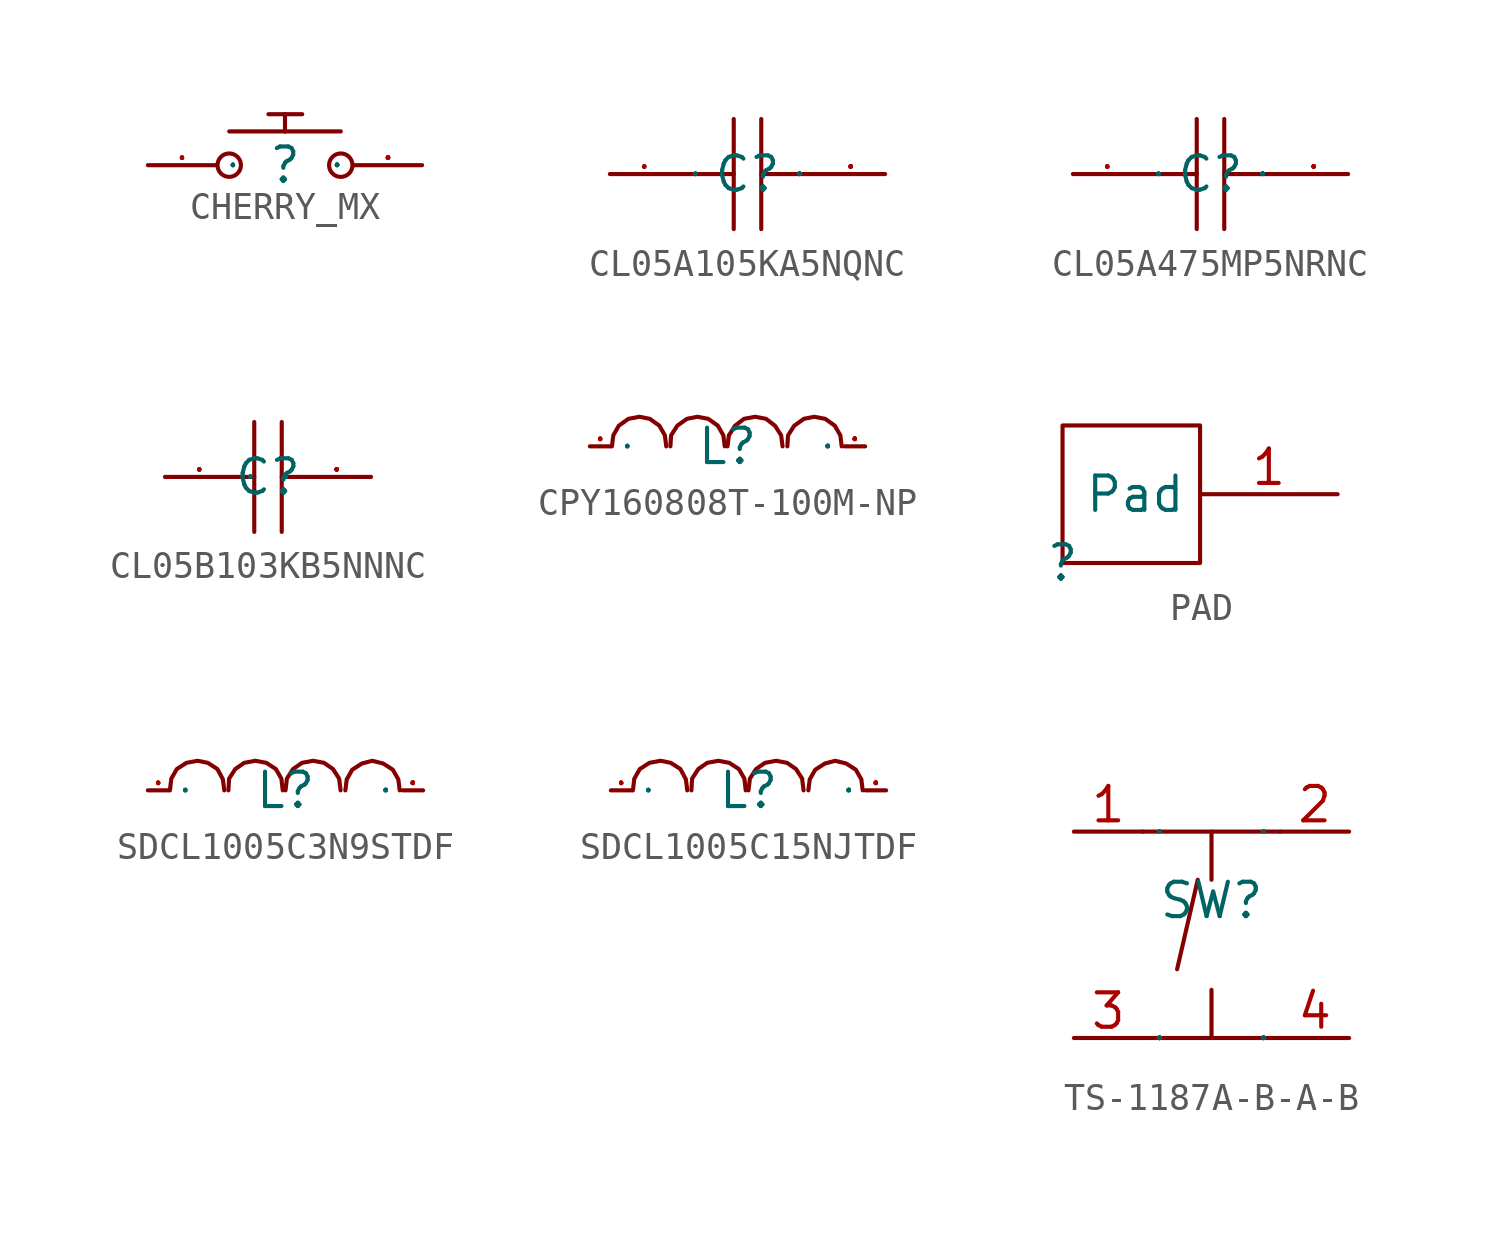
<source format=kicad_sym>
(kicad_symbol_lib
  (version 20241209)
  (generator "kicad_symbol_editor")
  (generator_version "9.0")
  (symbol "CHERRY_MX"
    (property "Reference" ""
      (at 0 0 0)
      (effects (font (size 1.27 1.27))))
    (property "Value" ""
      (at 0 0 0)
      (effects (font (size 1.27 1.27))))
    (symbol "CHERRY_MX_1_0"
      (polyline (pts (xy -2.057 1.245) (xy 0 1.245)) (stroke (width 0) (type default)) (fill (type none)))
      (circle (center -2.057 0) (radius 0.432) (stroke (width 0) (type default)) (fill (type none)))
      (polyline (pts (xy 0 1.88) (xy -0.61 1.88)) (stroke (width 0) (type default)) (fill (type none)))
      (polyline (pts (xy 0 1.88) (xy 0.635 1.88)) (stroke (width 0) (type default)) (fill (type none)))
      (polyline (pts (xy 0 1.245) (xy 0 1.88)) (stroke (width 0) (type default)) (fill (type none)))
      (polyline (pts (xy 0 1.245) (xy 2.057 1.245)) (stroke (width 0) (type default)) (fill (type none)))
      (circle (center 2.057 0) (radius 0.432) (stroke (width 0) (type default)) (fill (type none)))
      (pin unspecified line (at -5.055 0 0) (length 2.515) (name "1" (effects (font (size 0.025 0.025)))) (number "1" (effects (font (size 0.025 0.025)))))
      (pin unspecified line (at 5.055 0 180) (length 2.515) (name "2" (effects (font (size 0.025 0.025)))) (number "2" (effects (font (size 0.025 0.025)))))))
  (symbol "CL05A105KA5NQNC"
    (property "Reference" "C"
      (at 0 0 0)
      (effects (font (size 1.27 1.27))))
    (symbol "CL05A105KA5NQNC_1_0"
      (polyline (pts (xy -0.508 0) (xy -2.54 0)) (stroke (width 0) (type default)) (fill (type none)))
      (polyline (pts (xy -0.508 -2.032) (xy -0.508 2.032)) (stroke (width 0) (type default)) (fill (type none)))
      (polyline (pts (xy 0.508 2.032) (xy 0.508 -2.032)) (stroke (width 0) (type default)) (fill (type none)))
      (polyline (pts (xy 2.54 0) (xy 0.508 0)) (stroke (width 0) (type default)) (fill (type none)))
      (pin unspecified line (at -5.08 0 0) (length 2.54) (name "1" (effects (font (size 0.025 0.025)))) (number "1" (effects (font (size 0.025 0.025)))))
      (pin unspecified line (at 5.08 0 180) (length 2.54) (name "2" (effects (font (size 0.025 0.025)))) (number "2" (effects (font (size 0.025 0.025)))))))
  (symbol "CL05A475MP5NRNC"
    (property "Reference" "C"
      (at 0 0 0)
      (effects (font (size 1.27 1.27))))
    (symbol "CL05A475MP5NRNC_1_0"
      (polyline (pts (xy -0.508 0) (xy -2.54 0)) (stroke (width 0) (type default)) (fill (type none)))
      (polyline (pts (xy -0.508 -2.032) (xy -0.508 2.032)) (stroke (width 0) (type default)) (fill (type none)))
      (polyline (pts (xy 0.508 2.032) (xy 0.508 -2.032)) (stroke (width 0) (type default)) (fill (type none)))
      (polyline (pts (xy 2.54 0) (xy 0.508 0)) (stroke (width 0) (type default)) (fill (type none)))
      (pin unspecified line (at -5.08 0 0) (length 2.54) (name "1" (effects (font (size 0.025 0.025)))) (number "1" (effects (font (size 0.025 0.025)))))
      (pin unspecified line (at 5.08 0 180) (length 2.54) (name "2" (effects (font (size 0.025 0.025)))) (number "2" (effects (font (size 0.025 0.025)))))))
  (symbol "CL05B103KB5NNNC"
    (property "Reference" "C"
      (at 0 0 0)
      (effects (font (size 1.27 1.27))))
    (symbol "CL05B103KB5NNNC_1_0"
      (polyline (pts (xy -1.27 0) (xy -0.508 0)) (stroke (width 0) (type default)) (fill (type none)))
      (polyline (pts (xy -0.508 2.032) (xy -0.508 -2.032)) (stroke (width 0) (type default)) (fill (type none)))
      (polyline (pts (xy 0.508 2.032) (xy 0.508 -2.032)) (stroke (width 0) (type default)) (fill (type none)))
      (polyline (pts (xy 0.508 0) (xy 1.27 0)) (stroke (width 0) (type default)) (fill (type none)))
      (pin input line (at -3.81 0 0) (length 2.54) (name "1" (effects (font (size 0.025 0.025)))) (number "1" (effects (font (size 0.025 0.025)))))
      (pin input line (at 3.81 0 180) (length 2.54) (name "2" (effects (font (size 0.025 0.025)))) (number "2" (effects (font (size 0.025 0.025)))))))
  (symbol "CPY160808T-100M-NP"
    (property "Reference" "L"
      (at 0 0 0)
      (effects (font (size 1.27 1.27))))
    (symbol "CPY160808T-100M-NP_1_0"
      (polyline (pts (xy -4.267 0) (xy -4.216 0.406) (xy -4.216 0.406) (xy -4.013 0.762) (xy -4.013 0.762) (xy -3.658 1.016) (xy -3.658 1.016) (xy -3.251 1.092) (xy -3.251 1.092) (xy -2.87 1.016) (xy -2.87 1.016) (xy -2.515 0.762) (xy -2.515 0.762) (xy -2.311 0.406) (xy -2.311 0.406) (xy -2.261 0)) (stroke (width 0) (type default)) (fill (type none)))
      (polyline (pts (xy -2.108 0) (xy -2.083 0.406) (xy -2.083 0.406) (xy -1.854 0.762) (xy -1.854 0.762) (xy -1.499 1.016) (xy -1.499 1.016) (xy -1.118 1.092) (xy -1.118 1.092) (xy -0.711 1.016) (xy -0.711 1.016) (xy -0.356 0.762) (xy -0.356 0.762) (xy -0.152 0.406) (xy -0.152 0.406) (xy -0.102 0)) (stroke (width 0) (type default)) (fill (type none)))
      (polyline (pts (xy 0 0) (xy 0.051 0.406) (xy 0.051 0.406) (xy 0.279 0.762) (xy 0.279 0.762) (xy 0.61 1.016) (xy 0.61 1.016) (xy 1.016 1.092) (xy 1.016 1.092) (xy 1.422 1.016) (xy 1.422 1.016) (xy 1.753 0.762) (xy 1.753 0.762) (xy 1.981 0.406) (xy 1.981 0.406) (xy 2.032 0)) (stroke (width 0) (type default)) (fill (type none)))
      (polyline (pts (xy 2.21 0) (xy 2.235 0.406) (xy 2.235 0.406) (xy 2.464 0.762) (xy 2.464 0.762) (xy 2.819 1.016) (xy 2.819 1.016) (xy 3.2 1.092) (xy 3.2 1.092) (xy 3.607 1.016) (xy 3.607 1.016) (xy 3.962 0.762) (xy 3.962 0.762) (xy 4.166 0.406) (xy 4.166 0.406) (xy 4.216 0)) (stroke (width 0) (type default)) (fill (type none)))
      (pin unspecified line (at -5.08 0 0) (length 0.762) (name "1" (effects (font (size 0.025 0.025)))) (number "1" (effects (font (size 0.025 0.025)))))
      (pin unspecified line (at 5.08 0 180) (length 0.762) (name "2" (effects (font (size 0.025 0.025)))) (number "2" (effects (font (size 0.025 0.025)))))))
  (symbol "PAD"
    (property "Reference" ""
      (at 0 0 0)
      (effects (font (size 1.27 1.27))))
    (property "Value" ""
      (at 0 0 0)
      (effects (font (size 1.27 1.27))))
    (symbol "PAD_1_0"
      (rectangle (start 0 0) (end 5.08 5.08) (stroke (width 0) (type default)) (fill (type none)))
      (pin input line (at 10.16 2.54 180) (length 5.08) (name "Pad" (effects (font (size 1.27 1.27)))) (number "1" (effects (font (size 1.27 1.27)))))))
  (symbol "SDCL1005C3N9STDF"
    (property "Reference" "L"
      (at 0 0 0)
      (effects (font (size 1.27 1.27))))
    (symbol "SDCL1005C3N9STDF_1_0"
      (polyline (pts (xy -4.267 0) (xy -4.216 0.432) (xy -4.216 0.432) (xy -4.013 0.787) (xy -4.013 0.787) (xy -3.658 1.016) (xy -3.658 1.016) (xy -3.251 1.092) (xy -3.251 1.092) (xy -2.87 1.016) (xy -2.87 1.016) (xy -2.515 0.787) (xy -2.515 0.787) (xy -2.311 0.406) (xy -2.311 0.406) (xy -2.261 0)) (stroke (width 0) (type default)) (fill (type none)))
      (polyline (pts (xy -2.108 0) (xy -2.083 0.432) (xy -2.083 0.432) (xy -1.854 0.787) (xy -1.854 0.787) (xy -1.524 1.016) (xy -1.524 1.016) (xy -1.118 1.092) (xy -1.118 1.092) (xy -0.711 1.016) (xy -0.711 1.016) (xy -0.356 0.787) (xy -0.356 0.787) (xy -0.152 0.432) (xy -0.152 0.432) (xy -0.102 0)) (stroke (width 0) (type default)) (fill (type none)))
      (polyline (pts (xy 0 0) (xy 0.051 0.432) (xy 0.051 0.432) (xy 0.279 0.787) (xy 0.279 0.787) (xy 0.61 1.016) (xy 0.61 1.016) (xy 1.016 1.092) (xy 1.016 1.092) (xy 1.422 1.016) (xy 1.422 1.016) (xy 1.753 0.787) (xy 1.753 0.787) (xy 1.981 0.432) (xy 1.981 0.432) (xy 2.032 0)) (stroke (width 0) (type default)) (fill (type none)))
      (polyline (pts (xy 2.21 0) (xy 2.261 0.406) (xy 2.261 0.406) (xy 2.464 0.762) (xy 2.464 0.762) (xy 2.819 0.991) (xy 2.819 0.991) (xy 3.2 1.092) (xy 3.2 1.092) (xy 3.607 0.991) (xy 3.607 0.991) (xy 3.962 0.762) (xy 3.962 0.762) (xy 4.166 0.406) (xy 4.166 0.406) (xy 4.216 0)) (stroke (width 0) (type default)) (fill (type none)))
      (pin unspecified line (at -5.08 0 0) (length 0.762) (name "1" (effects (font (size 0.025 0.025)))) (number "1" (effects (font (size 0.025 0.025)))))
      (pin unspecified line (at 5.08 0 180) (length 0.762) (name "2" (effects (font (size 0.025 0.025)))) (number "2" (effects (font (size 0.025 0.025)))))))
  (symbol "SDCL1005C15NJTDF"
    (property "Reference" "L"
      (at 0 0 0)
      (effects (font (size 1.27 1.27))))
    (symbol "SDCL1005C15NJTDF_1_0"
      (polyline (pts (xy -4.267 0) (xy -4.216 0.432) (xy -4.216 0.432) (xy -4.013 0.787) (xy -4.013 0.787) (xy -3.658 1.016) (xy -3.658 1.016) (xy -3.251 1.092) (xy -3.251 1.092) (xy -2.87 1.016) (xy -2.87 1.016) (xy -2.515 0.787) (xy -2.515 0.787) (xy -2.311 0.406) (xy -2.311 0.406) (xy -2.261 0)) (stroke (width 0) (type default)) (fill (type none)))
      (polyline (pts (xy -2.108 0) (xy -2.083 0.432) (xy -2.083 0.432) (xy -1.854 0.787) (xy -1.854 0.787) (xy -1.524 1.016) (xy -1.524 1.016) (xy -1.118 1.092) (xy -1.118 1.092) (xy -0.711 1.016) (xy -0.711 1.016) (xy -0.356 0.787) (xy -0.356 0.787) (xy -0.152 0.432) (xy -0.152 0.432) (xy -0.102 0)) (stroke (width 0) (type default)) (fill (type none)))
      (polyline (pts (xy 0 0) (xy 0.051 0.432) (xy 0.051 0.432) (xy 0.279 0.787) (xy 0.279 0.787) (xy 0.61 1.016) (xy 0.61 1.016) (xy 1.016 1.092) (xy 1.016 1.092) (xy 1.422 1.016) (xy 1.422 1.016) (xy 1.753 0.787) (xy 1.753 0.787) (xy 1.981 0.432) (xy 1.981 0.432) (xy 2.032 0)) (stroke (width 0) (type default)) (fill (type none)))
      (polyline (pts (xy 2.21 0) (xy 2.261 0.406) (xy 2.261 0.406) (xy 2.464 0.762) (xy 2.464 0.762) (xy 2.819 0.991) (xy 2.819 0.991) (xy 3.2 1.092) (xy 3.2 1.092) (xy 3.607 0.991) (xy 3.607 0.991) (xy 3.962 0.762) (xy 3.962 0.762) (xy 4.166 0.406) (xy 4.166 0.406) (xy 4.216 0)) (stroke (width 0) (type default)) (fill (type none)))
      (pin unspecified line (at -5.08 0 0) (length 0.762) (name "1" (effects (font (size 0.025 0.025)))) (number "1" (effects (font (size 0.025 0.025)))))
      (pin unspecified line (at 5.08 0 180) (length 0.762) (name "2" (effects (font (size 0.025 0.025)))) (number "2" (effects (font (size 0.025 0.025)))))))
  (symbol "TS-1187A-B-A-B"
    (property "Reference" "SW"
      (at 0 0 0)
      (effects (font (size 1.27 1.27))))
    (property "Value" ""
      (at 0 0 0)
      (effects (font (size 1.27 1.27))))
    (symbol "TS-1187A-B-A-B_1_0"
      (polyline (pts (xy -2.54 2.54) (xy 2.54 2.54)) (stroke (width 0) (type default)) (fill (type none)))
      (polyline (pts (xy -2.54 -5.08) (xy 2.54 -5.08)) (stroke (width 0) (type default)) (fill (type none)))
      (polyline (pts (xy -0.508 0.762) (xy -1.27 -2.54)) (stroke (width 0) (type default)) (fill (type none)))
      (polyline (pts (xy 0 0.762) (xy 0 2.54)) (stroke (width 0) (type default)) (fill (type none)))
      (polyline (pts (xy 0 -3.302) (xy 0 -5.08)) (stroke (width 0) (type default)) (fill (type none)))
      (pin unspecified line (at -5.08 2.54 0) (length 2.54) (name "A" (effects (font (size 0.025 0.025)))) (number "1" (effects (font (size 1.27 1.27)))))
      (pin unspecified line (at -5.08 -5.08 0) (length 2.54) (name "C" (effects (font (size 0.025 0.025)))) (number "3" (effects (font (size 1.27 1.27)))))
      (pin unspecified line (at 5.08 2.54 180) (length 2.54) (name "B" (effects (font (size 0.025 0.025)))) (number "2" (effects (font (size 1.27 1.27)))))
      (pin unspecified line (at 5.08 -5.08 180) (length 2.54) (name "D" (effects (font (size 0.025 0.025)))) (number "4" (effects (font (size 1.27 1.27))))))))
</source>
